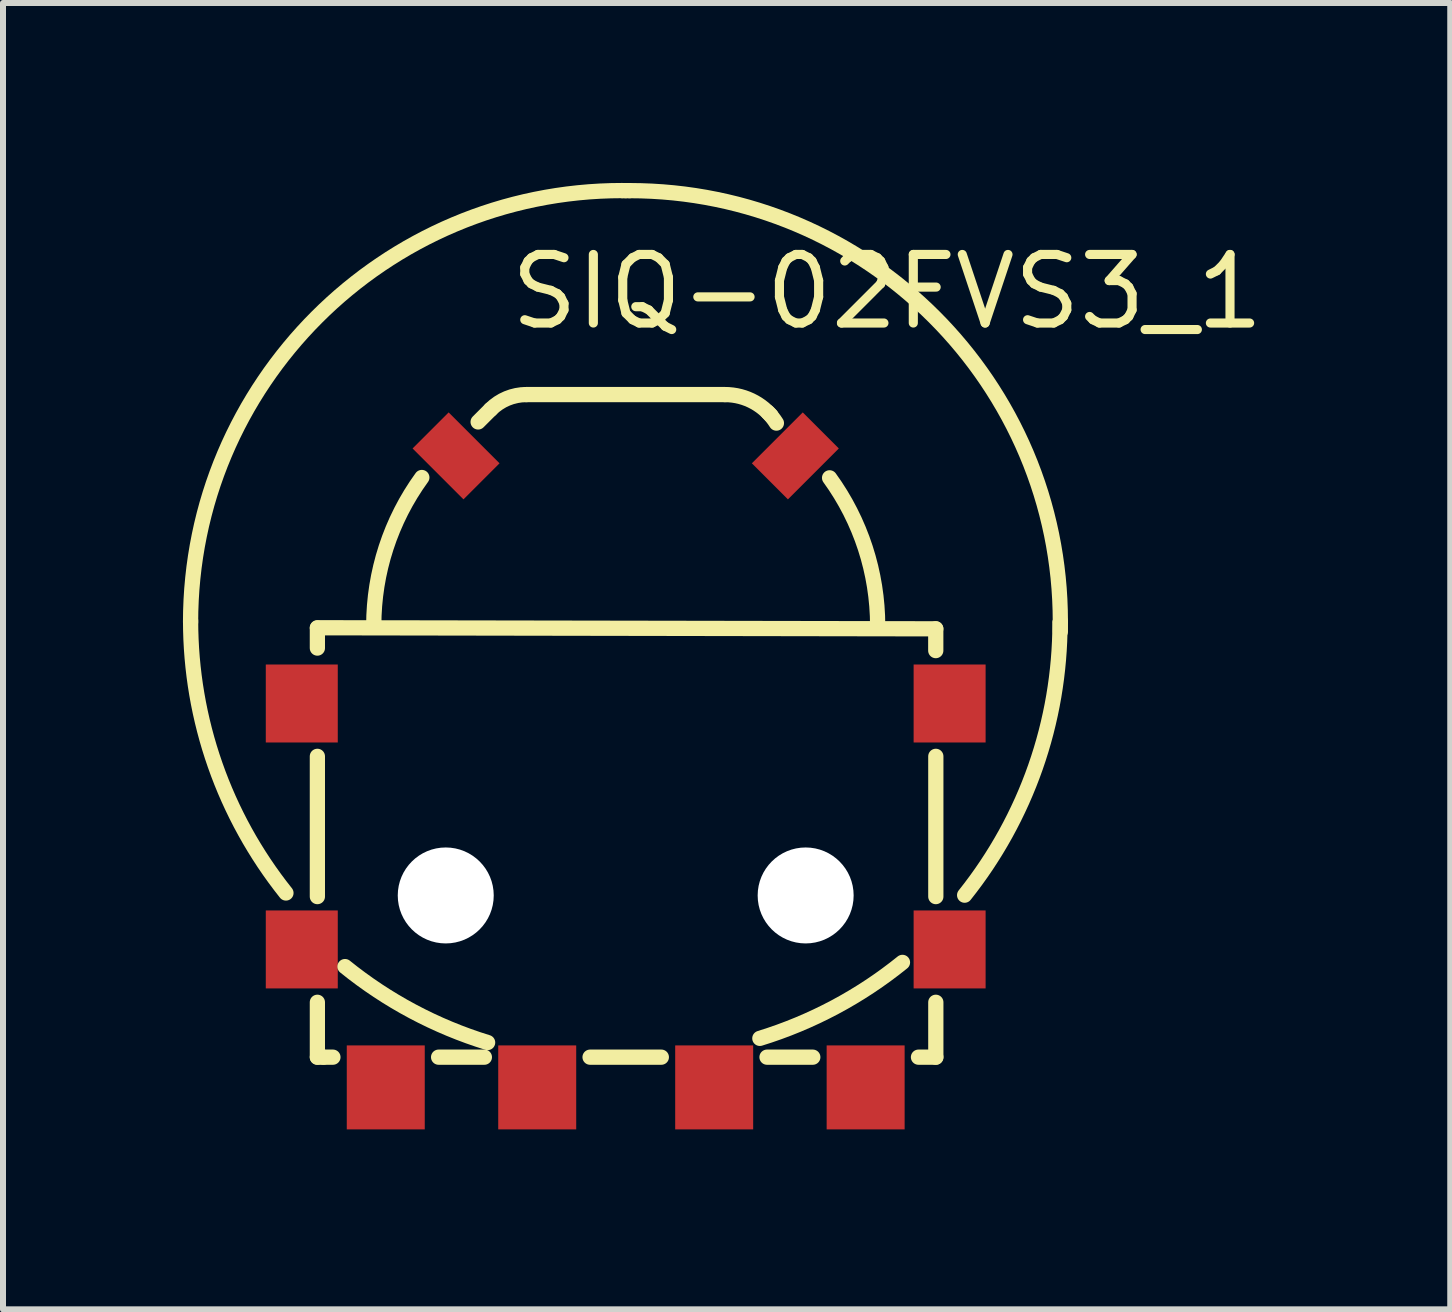
<source format=kicad_pcb>
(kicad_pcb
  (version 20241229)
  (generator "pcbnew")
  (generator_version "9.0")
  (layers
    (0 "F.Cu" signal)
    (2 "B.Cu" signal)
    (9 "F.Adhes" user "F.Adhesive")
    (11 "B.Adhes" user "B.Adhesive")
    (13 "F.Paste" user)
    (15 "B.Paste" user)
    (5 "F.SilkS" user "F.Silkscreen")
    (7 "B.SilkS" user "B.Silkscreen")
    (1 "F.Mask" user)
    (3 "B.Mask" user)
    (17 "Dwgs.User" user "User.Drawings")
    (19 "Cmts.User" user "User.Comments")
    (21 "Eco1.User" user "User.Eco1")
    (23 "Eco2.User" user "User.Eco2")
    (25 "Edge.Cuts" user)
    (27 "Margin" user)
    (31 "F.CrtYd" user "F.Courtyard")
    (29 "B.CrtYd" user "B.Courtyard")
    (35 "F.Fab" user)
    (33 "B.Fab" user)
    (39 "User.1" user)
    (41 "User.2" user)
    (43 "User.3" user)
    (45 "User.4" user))
  (footprint "SIQ-02FVS3_1"
    (layer "F.Cu")
    (at 7.381 9.814)
    (property "Reference" "SIQ-02FVS3_1" (at -2 -8 0) (layer "F.SilkS") (effects (font (size 1.143 1.143) (thickness 0.152)) (justify left)))
    (attr smd)
    (fp_line (start -5.14 -2.399) (end 5.169 -2.381) (stroke (width 0.254) (type solid)) (layer "F.SilkS"))
    (fp_line (start -5.14 -2.06) (end -5.14 -2.393) (stroke (width 0.254) (type solid)) (layer "F.SilkS"))
    (fp_line (start -5.14 2.083) (end -5.14 -0.255) (stroke (width 0.254) (type solid)) (layer "F.SilkS"))
    (fp_line (start -5.14 4.76) (end -5.14 3.845) (stroke (width 0.254) (type solid)) (layer "F.SilkS"))
    (fp_line (start -5.04 4.76) (end -5.14 4.76) (stroke (width 0.254) (type solid)) (layer "F.SilkS"))
    (fp_line (start -4.881 4.76) (end -5.04 4.76) (stroke (width 0.254) (type solid)) (layer "F.SilkS"))
    (fp_line (start -2.356 4.76) (end -3.119 4.76) (stroke (width 0.254) (type solid)) (layer "F.SilkS"))
    (fp_line (start -2.251 -6.039) (end -2.46 -5.83) (stroke (width 0.254) (type solid)) (layer "F.SilkS"))
    (fp_line (start -1.655 -6.286) (end 1.655 -6.286) (stroke (width 0.254) (type solid)) (layer "F.SilkS"))
    (fp_line (start 0 -9.686) (end -0.057 -9.686) (stroke (width 0.254) (type solid)) (layer "F.SilkS"))
    (fp_line (start 0.063 -9.686) (end 0 -9.686) (stroke (width 0.254) (type solid)) (layer "F.SilkS"))
    (fp_line (start 0.594 4.76) (end -0.594 4.76) (stroke (width 0.254) (type solid)) (layer "F.SilkS"))
    (fp_line (start 2.37 -5.99) (end 2.42 -5.94) (stroke (width 0.254) (type solid)) (layer "F.SilkS"))
    (fp_line (start 3.119 4.76) (end 2.356 4.76) (stroke (width 0.254) (type solid)) (layer "F.SilkS"))
    (fp_line (start 5.169 -2.381) (end 5.169 -2.018) (stroke (width 0.254) (type solid)) (layer "F.SilkS"))
    (fp_line (start 5.17 2.083) (end 5.17 -0.255) (stroke (width 0.254) (type solid)) (layer "F.SilkS"))
    (fp_line (start 5.17 3.845) (end 5.17 4.76) (stroke (width 0.254) (type solid)) (layer "F.SilkS"))
    (fp_line (start 5.17 4.76) (end 4.881 4.76) (stroke (width 0.254) (type solid)) (layer "F.SilkS"))
    (fp_line (start 7.246 -2.503) (end 7.246 -2.336) (stroke (width 0.254) (type solid)) (layer "F.SilkS"))
    (fp_arc (start -7.254 -2.49) (mid -5.146048 -7.579048) (end -0.057 -9.687) (stroke (width 0.254) (type solid)) (layer "F.SilkS"))
    (fp_arc (start -5.664 2.023) (mid -6.844657 -0.111392) (end -7.253515 -2.516058) (stroke (width 0.254) (type solid)) (layer "F.SilkS"))
    (fp_arc (start -4.2 -2.436) (mid -3.994653 -3.733209) (end -3.39869 -4.903571) (stroke (width 0.254) (type solid)) (layer "F.SilkS"))
    (fp_arc (start -2.302 4.516) (mid -3.551403 3.996748) (end -4.679529 3.24978) (stroke (width 0.254) (type solid)) (layer "F.SilkS"))
    (fp_arc (start -2.251 -6.039) (mid -1.977936 -6.221788) (end -1.655707 -6.286164) (stroke (width 0.254) (type solid)) (layer "F.SilkS"))
    (fp_arc (start 0.063 -9.686) (mid 5.142148 -7.582148) (end 7.246 -2.503) (stroke (width 0.254) (type solid)) (layer "F.SilkS"))
    (fp_arc (start 1.655 -6.286) (mid 2.145196 -6.159211) (end 2.512442 -5.810644) (stroke (width 0.254) (type solid)) (layer "F.SilkS"))
    (fp_arc (start 3.399 -4.898) (mid 3.99508 -3.727521) (end 4.200503 -2.430165) (stroke (width 0.254) (type solid)) (layer "F.SilkS"))
    (fp_arc (start 4.614 3.18) (mid 3.485823 3.927053) (end 2.236355 4.44638) (stroke (width 0.254) (type solid)) (layer "F.SilkS"))
    (fp_arc (start 7.24 -2.48) (mid 6.831096 -0.075177) (end 5.650343 2.059348) (stroke (width 0.254) (type solid)) (layer "F.SilkS"))
    (fp_circle (center -3 2.064) (end -2.612 2.064) (stroke (width 0.775) (type solid)) (fill no) (layer "Cmts.User"))
    (fp_circle (center 3 2.064) (end 3.388 2.064) (stroke (width 0.775) (type solid)) (fill no) (layer "Cmts.User"))
    (pad "" np_thru_hole circle (at -3 2.064) (size 1.6 1.6) (drill 1.6) (layers "*.Cu" "*.Mask"))
    (pad "" np_thru_hole circle (at 3 2.064) (size 1.6 1.6) (drill 1.6) (layers "*.Cu" "*.Mask"))
    (pad "1" smd rect (at 5.4 2.964) (size 1.2 1.3) (layers "F.Cu" "F.Mask" "F.Paste"))
    (pad "2" smd rect (at 5.4 -1.136) (size 1.2 1.3) (layers "F.Cu" "F.Mask" "F.Paste"))
    (pad "3" smd rect (at 2.828 -5.264 135) (size 0.85 1.2) (layers "F.Cu" "F.Mask" "F.Paste"))
    (pad "4" smd rect (at -2.828 -5.264 45) (size 0.85 1.2) (layers "F.Cu" "F.Mask" "F.Paste"))
    (pad "5" smd rect (at -5.4 -1.136) (size 1.2 1.3) (layers "F.Cu" "F.Mask" "F.Paste"))
    (pad "6" smd rect (at -5.4 2.964) (size 1.2 1.3) (layers "F.Cu" "F.Mask" "F.Paste"))
    (pad "A" smd rect (at -4 5.264) (size 1.3 1.4) (layers "F.Cu" "F.Mask" "F.Paste"))
    (pad "B" smd rect (at 4 5.264) (size 1.3 1.4) (layers "F.Cu" "F.Mask" "F.Paste"))
    (pad "C" smd rect (at 1.475 5.264) (size 1.3 1.4) (layers "F.Cu" "F.Mask" "F.Paste"))
    (pad "S" smd rect (at -1.475 5.264) (size 1.3 1.4) (layers "F.Cu" "F.Mask" "F.Paste")))
  (gr_rect
    (start -3 -3)
    (end 21.127 18.778)
    (stroke (width 0.1) (type default))
    (fill no)
    (layer "Edge.Cuts")))
</source>
